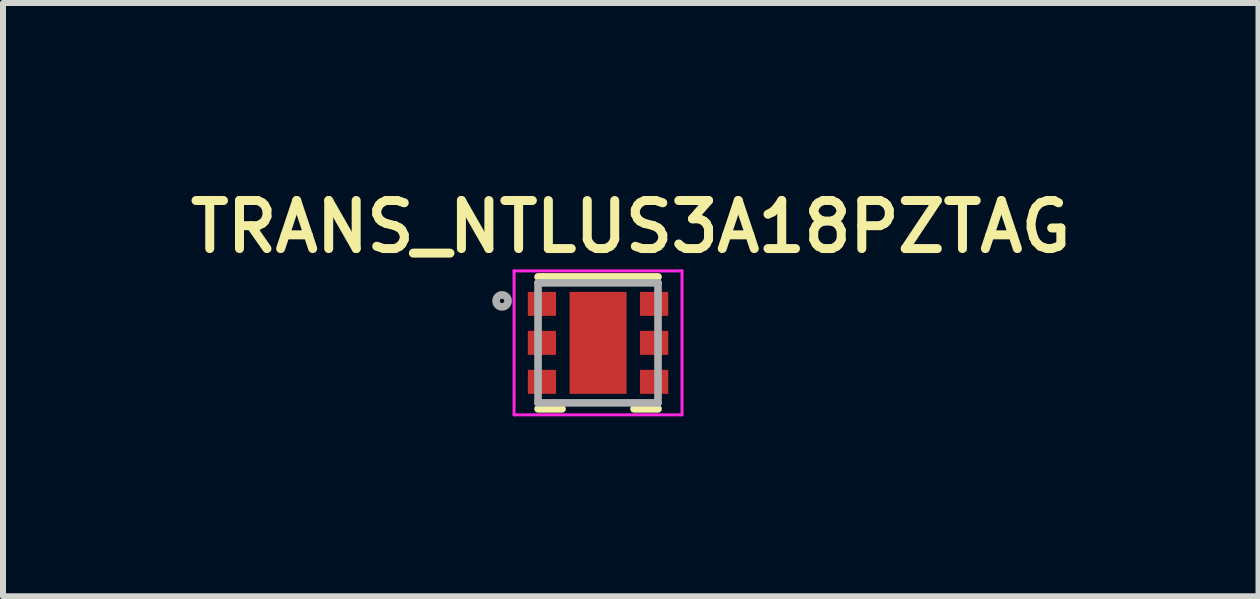
<source format=kicad_pcb>
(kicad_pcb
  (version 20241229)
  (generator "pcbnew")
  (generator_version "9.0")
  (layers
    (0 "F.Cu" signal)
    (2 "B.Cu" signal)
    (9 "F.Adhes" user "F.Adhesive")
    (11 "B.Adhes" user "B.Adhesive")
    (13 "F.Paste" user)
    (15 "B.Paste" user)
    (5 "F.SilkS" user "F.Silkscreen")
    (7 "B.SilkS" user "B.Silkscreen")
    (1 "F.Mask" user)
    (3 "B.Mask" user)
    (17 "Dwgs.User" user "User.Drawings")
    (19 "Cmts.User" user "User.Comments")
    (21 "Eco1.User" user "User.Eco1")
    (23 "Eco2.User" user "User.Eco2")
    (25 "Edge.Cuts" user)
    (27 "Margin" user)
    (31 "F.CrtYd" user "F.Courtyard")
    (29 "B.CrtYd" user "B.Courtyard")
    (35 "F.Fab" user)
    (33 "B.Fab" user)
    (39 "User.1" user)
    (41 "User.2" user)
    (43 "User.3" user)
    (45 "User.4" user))
  (footprint "TRANS_NTLUS3A18PZTAG"
    (layer "F.Cu")
    (at 6.92 2.666)
    (property "Reference" "TRANS_NTLUS3A18PZTAG" (at 0.545 -1.935 0) (layer "F.SilkS") (effects (font (size 0.801 0.801) (thickness 0.15))))
    (attr smd)
    (fp_line (start -1 -1.1) (end 1 -1.1) (stroke (width 0.127) (type solid)) (layer "F.SilkS"))
    (fp_line (start -1 1.1) (end -0.6 1.1) (stroke (width 0.127) (type solid)) (layer "F.SilkS"))
    (fp_line (start 0.6 1.1) (end 1 1.1) (stroke (width 0.127) (type solid)) (layer "F.SilkS"))
    (fp_line (start -1.4 -1.2) (end 1.4 -1.2) (stroke (width 0.05) (type solid)) (layer "F.CrtYd"))
    (fp_line (start -1.4 1.2) (end -1.4 -1.2) (stroke (width 0.05) (type solid)) (layer "F.CrtYd"))
    (fp_line (start 1.4 -1.2) (end 1.4 1.2) (stroke (width 0.05) (type solid)) (layer "F.CrtYd"))
    (fp_line (start 1.4 1.2) (end -1.4 1.2) (stroke (width 0.05) (type solid)) (layer "F.CrtYd"))
    (fp_line (start -1 -1) (end 1 -1) (stroke (width 0.127) (type solid)) (layer "F.Fab"))
    (fp_line (start -1 1) (end -1 -1) (stroke (width 0.127) (type solid)) (layer "F.Fab"))
    (fp_line (start 1 -1) (end 1 1) (stroke (width 0.127) (type solid)) (layer "F.Fab"))
    (fp_line (start 1 1) (end -1 1) (stroke (width 0.127) (type solid)) (layer "F.Fab"))
    (fp_circle (center -1.6 -0.7) (end -1.5 -0.7) (stroke (width 0.127) (type solid)) (fill no) (layer "F.Fab"))
    (pad "1" smd rect (at -0.935 -0.65) (size 0.47 0.4) (layers "F.Cu" "F.Mask" "F.Paste"))
    (pad "2" smd rect (at -0.935 0) (size 0.47 0.4) (layers "F.Cu" "F.Mask" "F.Paste"))
    (pad "3" smd rect (at -0.935 0.65) (size 0.47 0.4) (layers "F.Cu" "F.Mask" "F.Paste"))
    (pad "4" smd rect (at 0.935 0.65 180) (size 0.47 0.4) (layers "F.Cu" "F.Mask" "F.Paste"))
    (pad "5" smd rect (at 0.935 0 180) (size 0.47 0.4) (layers "F.Cu" "F.Mask" "F.Paste"))
    (pad "6" smd rect (at 0.935 -0.65 180) (size 0.47 0.4) (layers "F.Cu" "F.Mask" "F.Paste"))
    (pad "7" smd rect (at 0 0) (size 0.95 1.7) (layers "F.Cu" "F.Mask")))
  (gr_rect
    (start -3 -3)
    (end 17.931 6.891)
    (stroke (width 0.1) (type default))
    (fill no)
    (layer "Edge.Cuts")))
</source>
